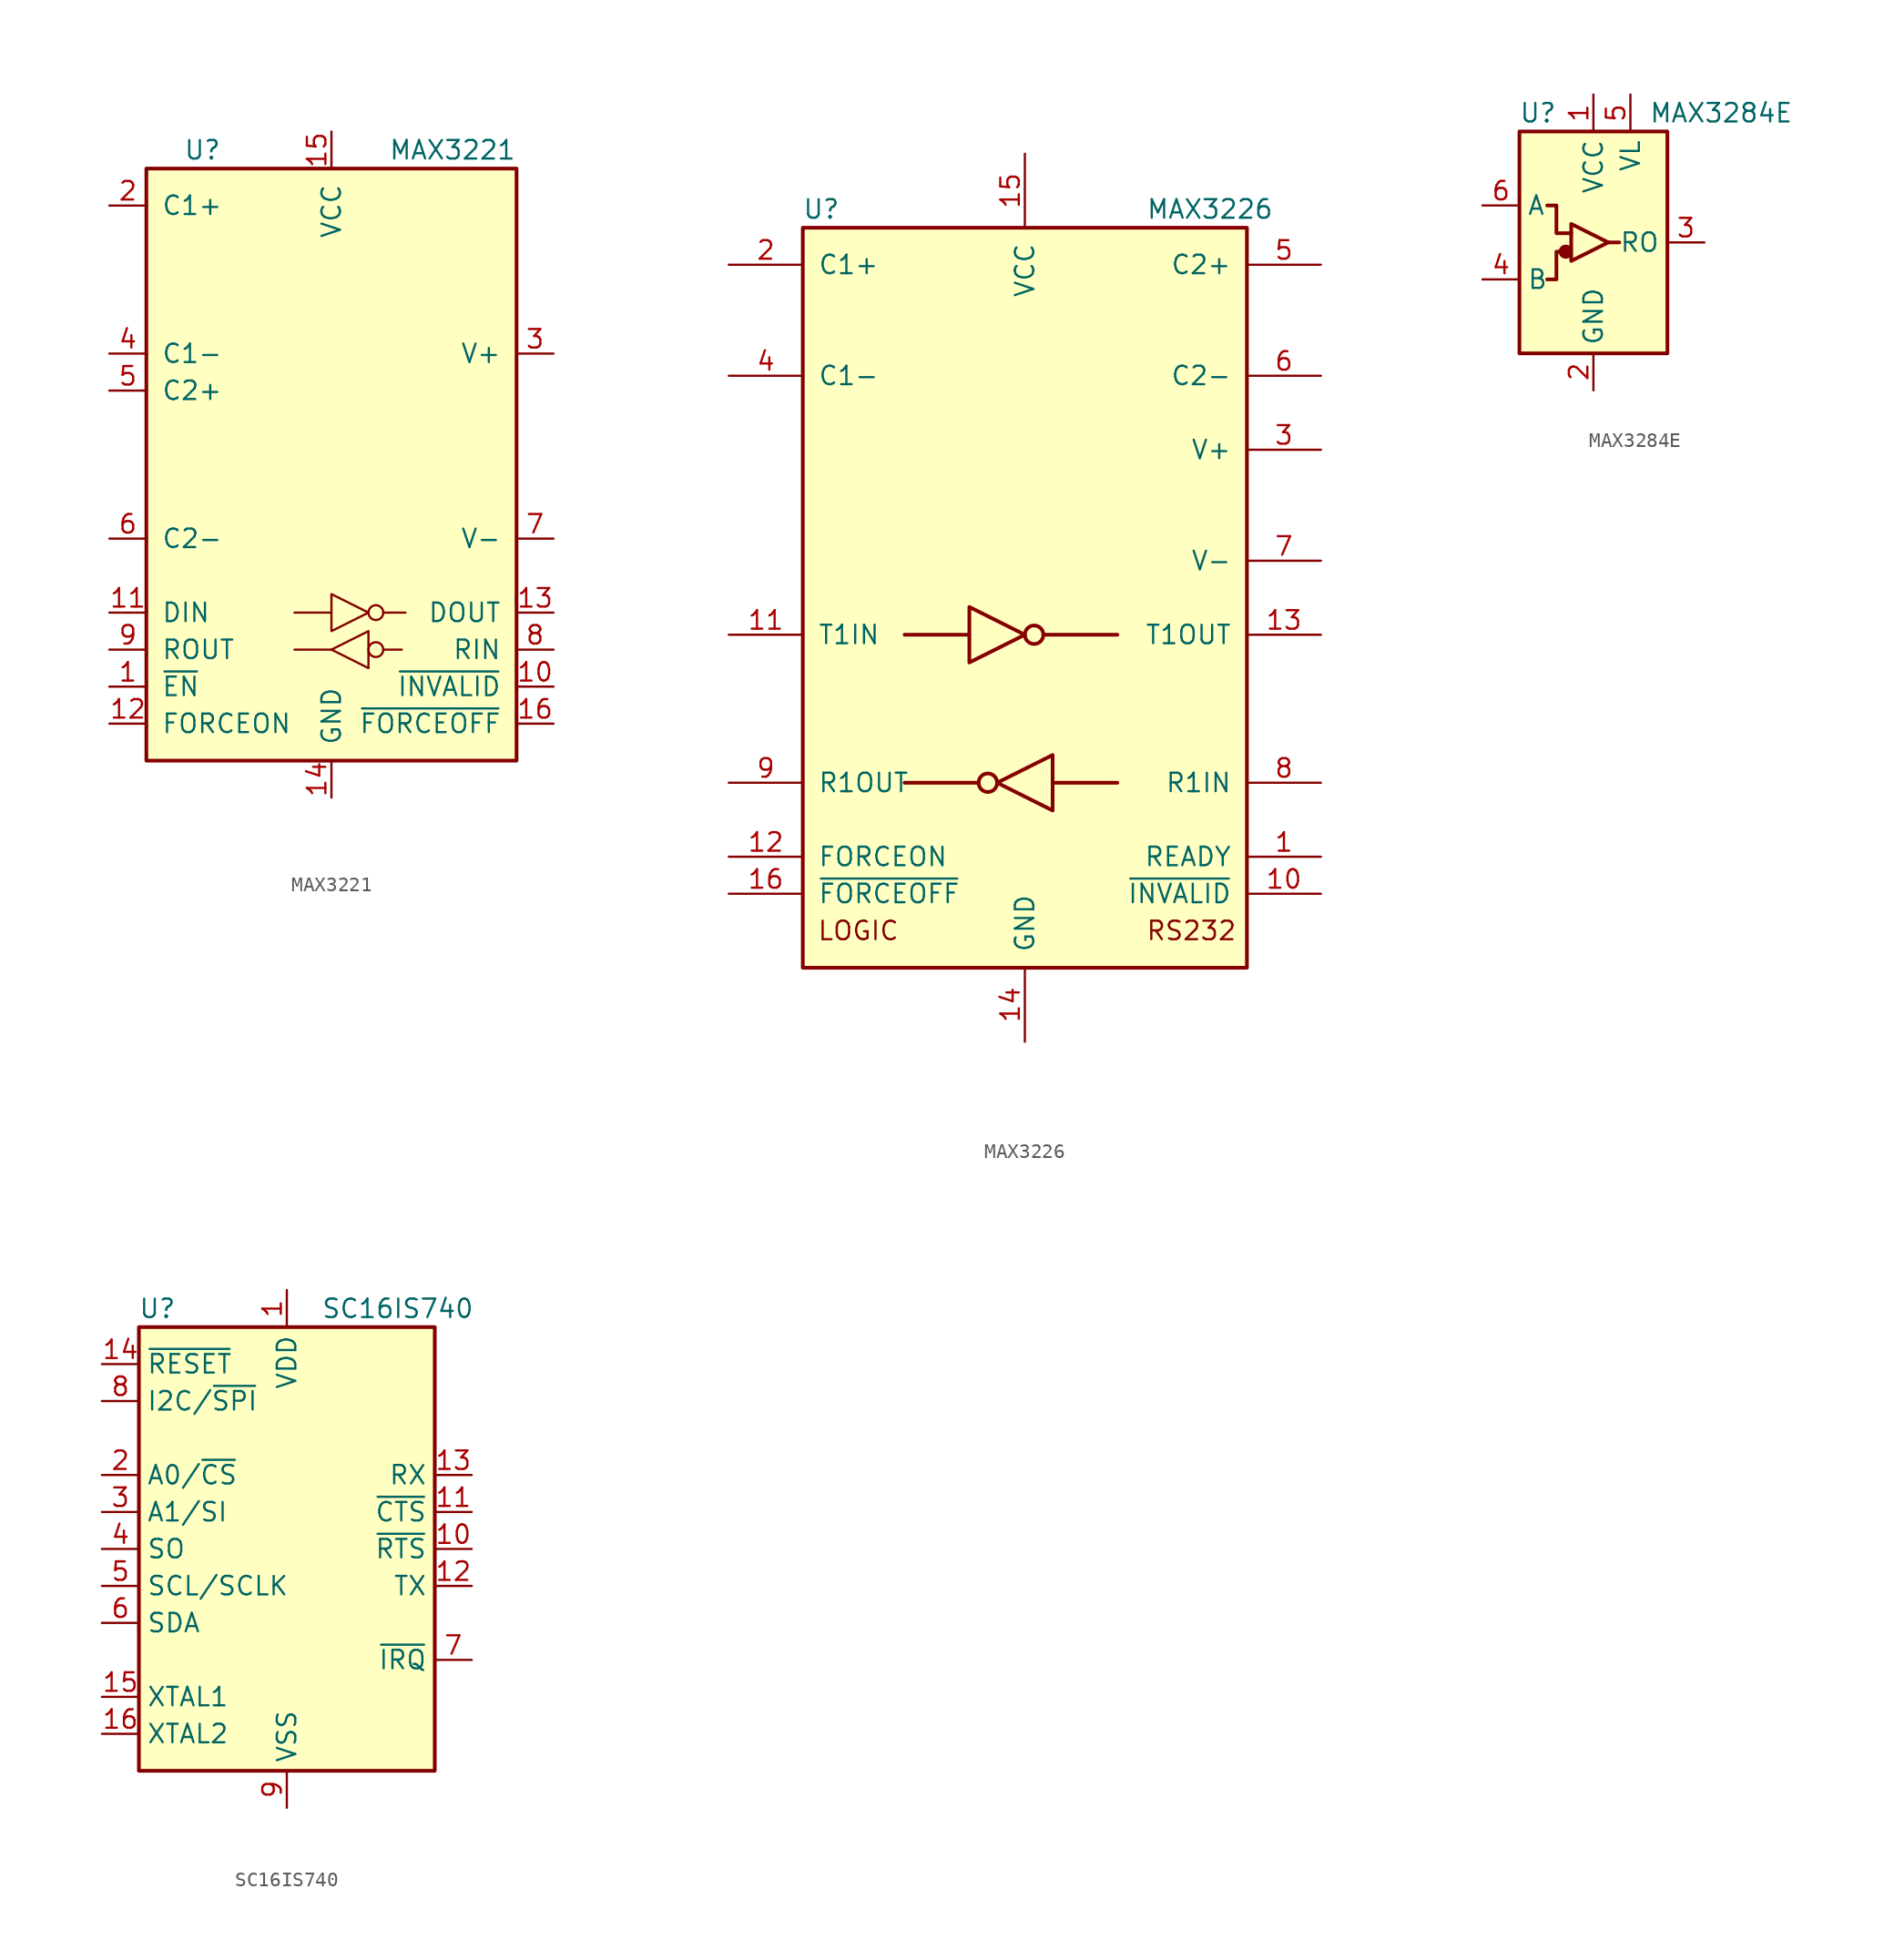
<source format=kicad_sym>
(kicad_symbol_lib
  (version 20220914)
  (generator kicad_symbol_editor)
  (symbol "MAX3221"
    (pin_names
      (offset 1.016))
    (property "Reference" "U"
      (at -10.16 21.59 0)
      (effects (font (size 1.27 1.27)) (justify left)))
    (property "Value" "MAX3221"
      (at 12.7 21.59 0)
      (effects (font (size 1.27 1.27)) (justify right)))
    (symbol "MAX3221_0_1"
      (rectangle (start -12.7 -20.32) (end 12.7 20.32) (stroke (width 0.254) (type default)) (fill (type background)))
      (polyline (pts (xy -2.54 -12.7) (xy 0 -12.7) (xy 0 -12.7)) (stroke (width 0) (type default)) (fill (type none)))
      (polyline (pts (xy -2.54 -10.16) (xy 0 -10.16) (xy 0 -10.16)) (stroke (width 0) (type default)) (fill (type none)))
      (polyline (pts (xy 3.556 -12.7) (xy 4.826 -12.7) (xy 4.826 -12.7)) (stroke (width 0) (type default)) (fill (type none)))
      (polyline (pts (xy 3.556 -10.16) (xy 5.08 -10.16) (xy 5.08 -10.16)) (stroke (width 0) (type default)) (fill (type none)))
      (polyline (pts (xy 2.54 -11.43) (xy 2.54 -13.97) (xy 0 -12.7) (xy 2.54 -11.43) (xy 2.54 -11.43)) (stroke (width 0) (type default)) (fill (type none)))
      (polyline (pts (xy 0 -11.43) (xy 0 -8.89) (xy 2.54 -10.16) (xy 0 -11.43) (xy 0 -11.43) (xy 0 -11.43)) (stroke (width 0) (type default)) (fill (type none)))
      (circle (center 3.048 -12.7) (radius 0.508) (stroke (width 0) (type default)) (fill (type none)))
      (circle (center 3.048 -10.16) (radius 0.508) (stroke (width 0) (type default)) (fill (type none))))
    (symbol "MAX3221_1_1"
      (pin input line (at -15.24 -15.24 0) (length 2.54) (name "~{EN}" (effects (font (size 1.27 1.27)))) (number "1" (effects (font (size 1.27 1.27)))))
      (pin output line (at 15.24 -15.24 180) (length 2.54) (name "~{INVALID}" (effects (font (size 1.27 1.27)))) (number "10" (effects (font (size 1.27 1.27)))))
      (pin input line (at -15.24 -10.16 0) (length 2.54) (name "DIN" (effects (font (size 1.27 1.27)))) (number "11" (effects (font (size 1.27 1.27)))))
      (pin input line (at -15.24 -17.78 0) (length 2.54) (name "FORCEON" (effects (font (size 1.27 1.27)))) (number "12" (effects (font (size 1.27 1.27)))))
      (pin output line (at 15.24 -10.16 180) (length 2.54) (name "DOUT" (effects (font (size 1.27 1.27)))) (number "13" (effects (font (size 1.27 1.27)))))
      (pin power_in line (at 0 -22.86 90) (length 2.54) (name "GND" (effects (font (size 1.27 1.27)))) (number "14" (effects (font (size 1.27 1.27)))))
      (pin power_in line (at 0 22.86 270) (length 2.54) (name "VCC" (effects (font (size 1.27 1.27)))) (number "15" (effects (font (size 1.27 1.27)))))
      (pin input line (at 15.24 -17.78 180) (length 2.54) (name "~{FORCEOFF}" (effects (font (size 1.27 1.27)))) (number "16" (effects (font (size 1.27 1.27)))))
      (pin passive line (at -15.24 17.78 0) (length 2.54) (name "C1+" (effects (font (size 1.27 1.27)))) (number "2" (effects (font (size 1.27 1.27)))))
      (pin power_out line (at 15.24 7.62 180) (length 2.54) (name "V+" (effects (font (size 1.27 1.27)))) (number "3" (effects (font (size 1.27 1.27)))))
      (pin passive line (at -15.24 7.62 0) (length 2.54) (name "C1-" (effects (font (size 1.27 1.27)))) (number "4" (effects (font (size 1.27 1.27)))))
      (pin passive line (at -15.24 5.08 0) (length 2.54) (name "C2+" (effects (font (size 1.27 1.27)))) (number "5" (effects (font (size 1.27 1.27)))))
      (pin passive line (at -15.24 -5.08 0) (length 2.54) (name "C2-" (effects (font (size 1.27 1.27)))) (number "6" (effects (font (size 1.27 1.27)))))
      (pin power_out line (at 15.24 -5.08 180) (length 2.54) (name "V-" (effects (font (size 1.27 1.27)))) (number "7" (effects (font (size 1.27 1.27)))))
      (pin input line (at 15.24 -12.7 180) (length 2.54) (name "RIN" (effects (font (size 1.27 1.27)))) (number "8" (effects (font (size 1.27 1.27)))))
      (pin output line (at -15.24 -12.7 0) (length 2.54) (name "ROUT" (effects (font (size 1.27 1.27)))) (number "9" (effects (font (size 1.27 1.27)))))))
  (symbol "MAX3226"
    (pin_names
      (offset 1.016))
    (property "Reference" "U"
      (at -13.97 26.67 0)
      (effects (font (size 1.27 1.27))))
    (property "Value" "MAX3226"
      (at 12.7 26.67 0)
      (effects (font (size 1.27 1.27))))
    (symbol "MAX3226_0_0"
      (text "LOGIC" (at -11.43 -22.86 0) (effects (font (size 1.27 1.27))))
      (text "RS232" (at 11.43 -22.86 0) (effects (font (size 1.27 1.27)))))
    (symbol "MAX3226_0_1"
      (rectangle (start -15.24 -25.4) (end 15.24 25.4) (stroke (width 0.254) (type default)) (fill (type background)))
      (circle (center -2.54 -12.7) (radius 0.635) (stroke (width 0.254) (type default)) (fill (type none)))
      (polyline (pts (xy -3.81 -2.54) (xy -8.255 -2.54)) (stroke (width 0.254) (type default)) (fill (type none)))
      (polyline (pts (xy -3.175 -12.7) (xy -8.255 -12.7)) (stroke (width 0.254) (type default)) (fill (type none)))
      (polyline (pts (xy 1.27 -2.54) (xy 6.35 -2.54)) (stroke (width 0.254) (type default)) (fill (type none)))
      (polyline (pts (xy 1.905 -12.7) (xy 6.35 -12.7)) (stroke (width 0.254) (type default)) (fill (type none)))
      (polyline (pts (xy -3.81 -0.635) (xy -3.81 -4.445) (xy 0 -2.54) (xy -3.81 -0.635)) (stroke (width 0.254) (type default)) (fill (type none)))
      (polyline (pts (xy 1.905 -10.795) (xy 1.905 -14.605) (xy -1.905 -12.7) (xy 1.905 -10.795)) (stroke (width 0.254) (type default)) (fill (type none)))
      (circle (center 0.635 -2.54) (radius 0.635) (stroke (width 0.254) (type default)) (fill (type none))))
    (symbol "MAX3226_1_1"
      (pin output line (at 20.32 -17.78 180) (length 5.08) (name "READY" (effects (font (size 1.27 1.27)))) (number "1" (effects (font (size 1.27 1.27)))))
      (pin output line (at 20.32 -20.32 180) (length 5.08) (name "~{INVALID}" (effects (font (size 1.27 1.27)))) (number "10" (effects (font (size 1.27 1.27)))))
      (pin input line (at -20.32 -2.54 0) (length 5.08) (name "T1IN" (effects (font (size 1.27 1.27)))) (number "11" (effects (font (size 1.27 1.27)))))
      (pin input line (at -20.32 -17.78 0) (length 5.08) (name "FORCEON" (effects (font (size 1.27 1.27)))) (number "12" (effects (font (size 1.27 1.27)))))
      (pin output line (at 20.32 -2.54 180) (length 5.08) (name "T1OUT" (effects (font (size 1.27 1.27)))) (number "13" (effects (font (size 1.27 1.27)))))
      (pin power_in line (at 0 -30.48 90) (length 5.08) (name "GND" (effects (font (size 1.27 1.27)))) (number "14" (effects (font (size 1.27 1.27)))))
      (pin power_in line (at 0 30.48 270) (length 5.08) (name "VCC" (effects (font (size 1.27 1.27)))) (number "15" (effects (font (size 1.27 1.27)))))
      (pin input line (at -20.32 -20.32 0) (length 5.08) (name "~{FORCEOFF}" (effects (font (size 1.27 1.27)))) (number "16" (effects (font (size 1.27 1.27)))))
      (pin passive line (at -20.32 22.86 0) (length 5.08) (name "C1+" (effects (font (size 1.27 1.27)))) (number "2" (effects (font (size 1.27 1.27)))))
      (pin power_out line (at 20.32 10.16 180) (length 5.08) (name "V+" (effects (font (size 1.27 1.27)))) (number "3" (effects (font (size 1.27 1.27)))))
      (pin passive line (at -20.32 15.24 0) (length 5.08) (name "C1-" (effects (font (size 1.27 1.27)))) (number "4" (effects (font (size 1.27 1.27)))))
      (pin passive line (at 20.32 22.86 180) (length 5.08) (name "C2+" (effects (font (size 1.27 1.27)))) (number "5" (effects (font (size 1.27 1.27)))))
      (pin passive line (at 20.32 15.24 180) (length 5.08) (name "C2-" (effects (font (size 1.27 1.27)))) (number "6" (effects (font (size 1.27 1.27)))))
      (pin power_out line (at 20.32 2.54 180) (length 5.08) (name "V-" (effects (font (size 1.27 1.27)))) (number "7" (effects (font (size 1.27 1.27)))))
      (pin input line (at 20.32 -12.7 180) (length 5.08) (name "R1IN" (effects (font (size 1.27 1.27)))) (number "8" (effects (font (size 1.27 1.27)))))
      (pin output line (at -20.32 -12.7 0) (length 5.08) (name "R1OUT" (effects (font (size 1.27 1.27)))) (number "9" (effects (font (size 1.27 1.27)))))))
  (symbol "MAX3284E"
    (property "Reference" "U"
      (at -3.81 8.89 0)
      (effects (font (size 1.27 1.27))))
    (property "Value" "MAX3284E"
      (at 3.81 8.89 0)
      (effects (font (size 1.27 1.27)) (justify left)))
    (symbol "MAX3284E_0_1"
      (rectangle (start -5.08 7.62) (end 5.08 -7.62) (stroke (width 0.254) (type default)) (fill (type background)))
      (circle (center -1.905 -0.635) (radius 0.356) (stroke (width 0.254) (type default)) (fill (type outline)))
      (rectangle (start -1.524 0.635) (end -1.524 0.635) (stroke (width 0) (type default)) (fill (type none)))
      (polyline (pts (xy 1.778 0) (xy 1.016 0)) (stroke (width 0.254) (type default)) (fill (type none)))
      (polyline (pts (xy -1.905 -0.635) (xy -2.54 -0.635) (xy -2.54 -2.54) (xy -3.175 -2.54)) (stroke (width 0.254) (type default)) (fill (type none)))
      (polyline (pts (xy -1.524 0.635) (xy -2.54 0.635) (xy -2.54 2.54) (xy -3.175 2.54)) (stroke (width 0.254) (type default)) (fill (type none)))
      (polyline (pts (xy 1.016 0) (xy -1.524 1.27) (xy -1.524 -1.27) (xy 1.016 0)) (stroke (width 0.254) (type default)) (fill (type none))))
    (symbol "MAX3284E_1_1"
      (pin power_in line (at 0 10.16 270) (length 2.54) (name "VCC" (effects (font (size 1.27 1.27)))) (number "1" (effects (font (size 1.27 1.27)))))
      (pin power_in line (at 0 -10.16 90) (length 2.54) (name "GND" (effects (font (size 1.27 1.27)))) (number "2" (effects (font (size 1.27 1.27)))))
      (pin output line (at 7.62 0 180) (length 2.54) (name "RO" (effects (font (size 1.27 1.27)))) (number "3" (effects (font (size 1.27 1.27)))))
      (pin input line (at -7.62 -2.54 0) (length 2.54) (name "B" (effects (font (size 1.27 1.27)))) (number "4" (effects (font (size 1.27 1.27)))))
      (pin power_in line (at 2.54 10.16 270) (length 2.54) (name "VL" (effects (font (size 1.27 1.27)))) (number "5" (effects (font (size 1.27 1.27)))))
      (pin input line (at -7.62 2.54 0) (length 2.54) (name "A" (effects (font (size 1.27 1.27)))) (number "6" (effects (font (size 1.27 1.27)))))))
  (symbol "SC16IS740"
    (property "Reference" "U"
      (at -8.89 16.51 0)
      (effects (font (size 1.27 1.27))))
    (property "Value" "SC16IS740"
      (at 7.62 16.51 0)
      (effects (font (size 1.27 1.27))))
    (symbol "SC16IS740_0_1"
      (rectangle (start -10.16 15.24) (end 10.16 -15.24) (stroke (width 0.254) (type default)) (fill (type background))))
    (symbol "SC16IS740_1_1"
      (pin power_in line (at 0 17.78 270) (length 2.54) (name "VDD" (effects (font (size 1.27 1.27)))) (number "1" (effects (font (size 1.27 1.27)))))
      (pin output line (at 12.7 0 180) (length 2.54) (name "~{RTS}" (effects (font (size 1.27 1.27)))) (number "10" (effects (font (size 1.27 1.27)))))
      (pin input line (at 12.7 2.54 180) (length 2.54) (name "~{CTS}" (effects (font (size 1.27 1.27)))) (number "11" (effects (font (size 1.27 1.27)))))
      (pin output line (at 12.7 -2.54 180) (length 2.54) (name "TX" (effects (font (size 1.27 1.27)))) (number "12" (effects (font (size 1.27 1.27)))))
      (pin input line (at 12.7 5.08 180) (length 2.54) (name "RX" (effects (font (size 1.27 1.27)))) (number "13" (effects (font (size 1.27 1.27)))))
      (pin input line (at -12.7 12.7 0) (length 2.54) (name "~{RESET}" (effects (font (size 1.27 1.27)))) (number "14" (effects (font (size 1.27 1.27)))))
      (pin input line (at -12.7 -10.16 0) (length 2.54) (name "XTAL1" (effects (font (size 1.27 1.27)))) (number "15" (effects (font (size 1.27 1.27)))))
      (pin output line (at -12.7 -12.7 0) (length 2.54) (name "XTAL2" (effects (font (size 1.27 1.27)))) (number "16" (effects (font (size 1.27 1.27)))))
      (pin input line (at -12.7 5.08 0) (length 2.54) (name "A0/~{CS}" (effects (font (size 1.27 1.27)))) (number "2" (effects (font (size 1.27 1.27)))))
      (pin input line (at -12.7 2.54 0) (length 2.54) (name "A1/SI" (effects (font (size 1.27 1.27)))) (number "3" (effects (font (size 1.27 1.27)))))
      (pin output line (at -12.7 0 0) (length 2.54) (name "SO" (effects (font (size 1.27 1.27)))) (number "4" (effects (font (size 1.27 1.27)))))
      (pin input line (at -12.7 -2.54 0) (length 2.54) (name "SCL/SCLK" (effects (font (size 1.27 1.27)))) (number "5" (effects (font (size 1.27 1.27)))))
      (pin bidirectional line (at -12.7 -5.08 0) (length 2.54) (name "SDA" (effects (font (size 1.27 1.27)))) (number "6" (effects (font (size 1.27 1.27)))))
      (pin open_collector line (at 12.7 -7.62 180) (length 2.54) (name "~{IRQ}" (effects (font (size 1.27 1.27)))) (number "7" (effects (font (size 1.27 1.27)))))
      (pin input line (at -12.7 10.16 0) (length 2.54) (name "I2C/~{SPI}" (effects (font (size 1.27 1.27)))) (number "8" (effects (font (size 1.27 1.27)))))
      (pin power_in line (at 0 -17.78 90) (length 2.54) (name "VSS" (effects (font (size 1.27 1.27)))) (number "9" (effects (font (size 1.27 1.27))))))))
</source>
